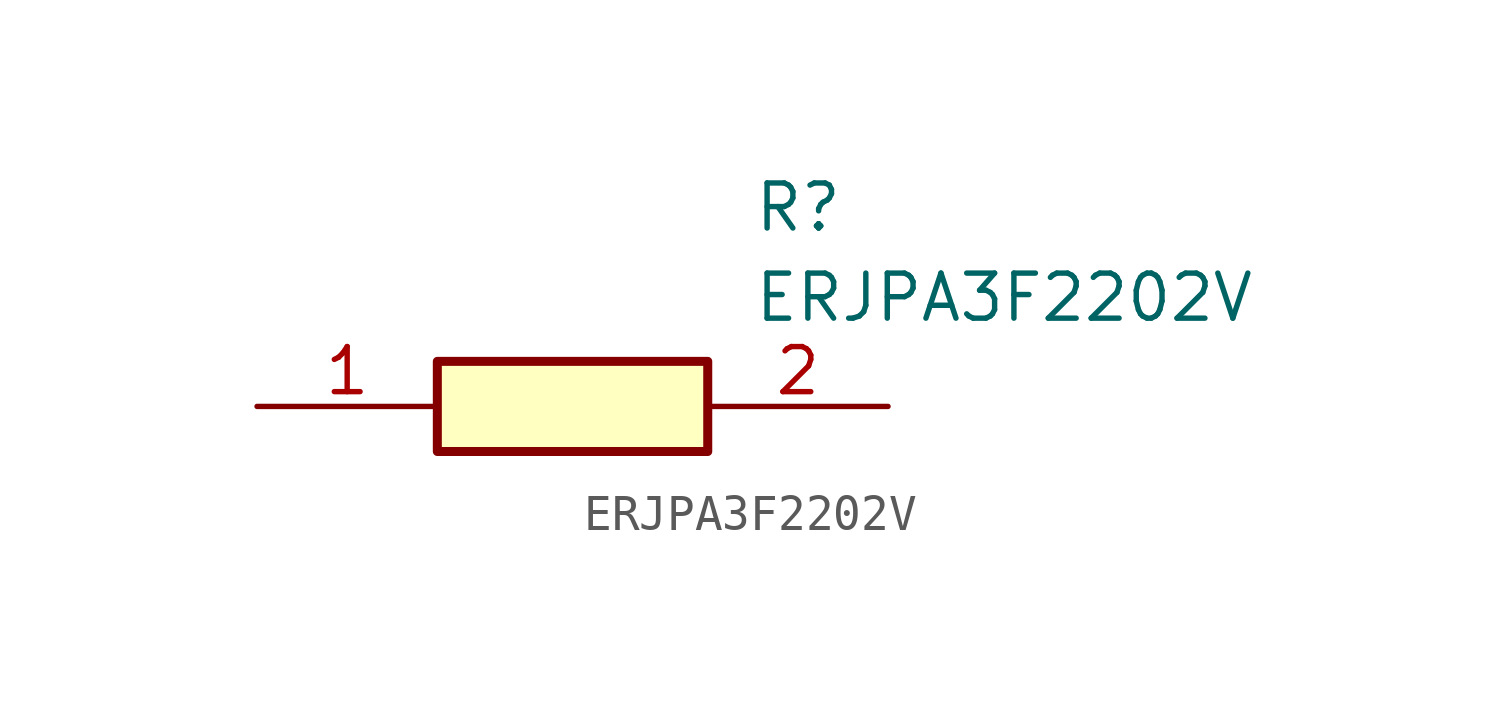
<source format=kicad_sym>
(kicad_symbol_lib
  (version 20211014)
  (generator SamacSys_ECAD_Model)
  (symbol "ERJPA3F2202V"
    (pin_names hide)
    (property "Reference" "R"
      (at 13.97 6.35 0)
      (effects (font (size 1.27 1.27)) (justify left top)))
    (property "Value" "ERJPA3F2202V"
      (at 13.97 3.81 0)
      (effects (font (size 1.27 1.27)) (justify left top)))
    (rectangle
      (start 5.08 1.27)
      (end 12.7 -1.27)
      (stroke (width 0.254) (type default))
      (fill (type background)))
    (pin passive line
      (at 0 0 0)
      (length 5.08)
      (name "1" (effects (font (size 1.27 1.27))))
      (number "1" (effects (font (size 1.27 1.27)))))
    (pin passive line
      (at 17.78 0 180)
      (length 5.08)
      (name "2" (effects (font (size 1.27 1.27))))
      (number "2" (effects (font (size 1.27 1.27)))))))
</source>
